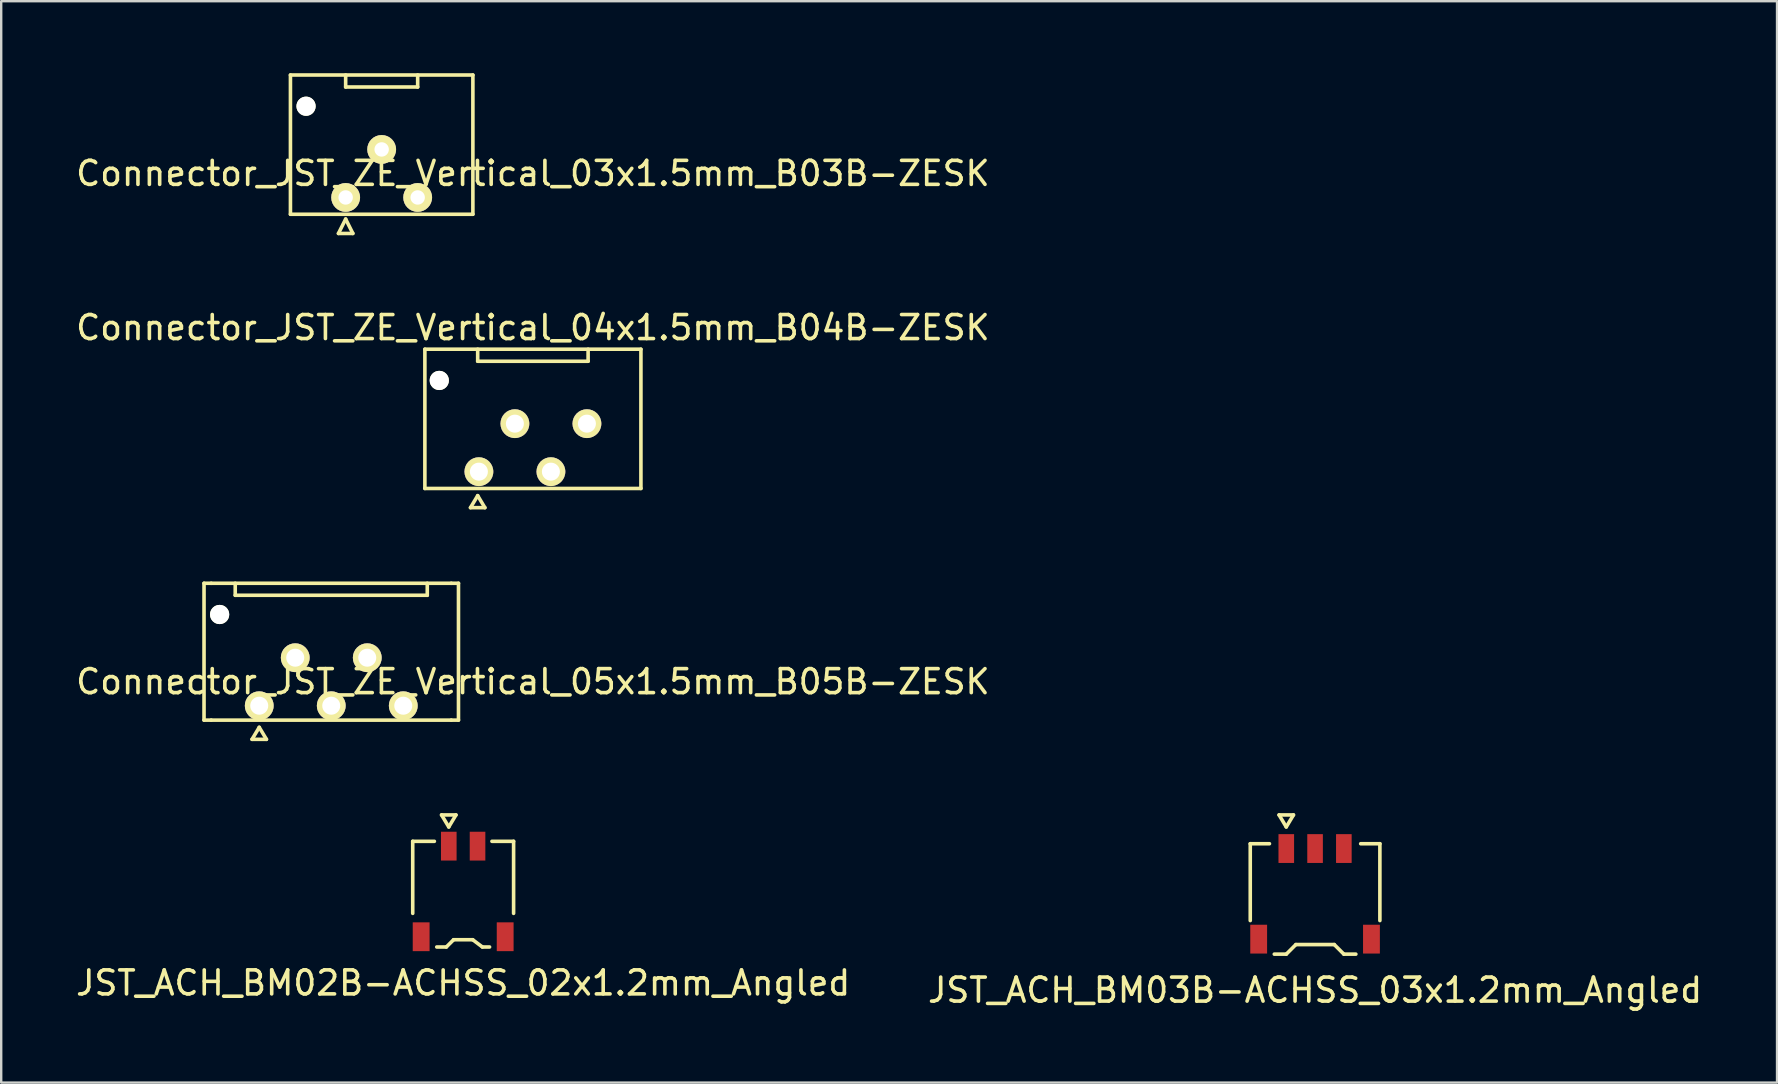
<source format=kicad_pcb>
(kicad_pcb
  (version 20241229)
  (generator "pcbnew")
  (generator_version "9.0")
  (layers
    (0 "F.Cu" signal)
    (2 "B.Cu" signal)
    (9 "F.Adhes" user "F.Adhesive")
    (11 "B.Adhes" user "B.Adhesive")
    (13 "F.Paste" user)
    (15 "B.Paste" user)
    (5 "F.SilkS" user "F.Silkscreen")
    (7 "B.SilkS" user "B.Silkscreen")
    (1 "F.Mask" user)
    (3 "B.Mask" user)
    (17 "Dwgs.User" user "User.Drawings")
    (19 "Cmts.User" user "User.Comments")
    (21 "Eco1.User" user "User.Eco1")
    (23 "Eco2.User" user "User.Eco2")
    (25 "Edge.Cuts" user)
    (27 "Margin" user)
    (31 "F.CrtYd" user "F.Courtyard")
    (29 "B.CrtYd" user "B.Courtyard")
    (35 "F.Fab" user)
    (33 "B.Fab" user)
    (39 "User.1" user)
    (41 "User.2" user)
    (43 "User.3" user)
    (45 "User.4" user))
  (footprint "JST_ACH_BM02B-ACHSS_02x1.2mm_Angled"
    (layer "F.Cu")
    (at 16.244 32.198)
    (property "Reference" "JST_ACH_BM02B-ACHSS_02x1.2mm_Angled" (at 0 5.7 0) (layer "F.SilkS") (effects (font (size 1 1) (thickness 0.15))))
    (attr smd)
    (fp_line (start -2.101 -0.201) (end -1.199 -0.201) (stroke (width 0.15) (type solid)) (layer "F.SilkS"))
    (fp_line (start -2.101 2.8) (end -2.101 -0.201) (stroke (width 0.15) (type solid)) (layer "F.SilkS"))
    (fp_line (start -0.9 -1.3) (end -0.6 -0.8) (stroke (width 0.15) (type solid)) (layer "F.SilkS"))
    (fp_line (start -0.701 4.201) (end -1.1 4.201) (stroke (width 0.15) (type solid)) (layer "F.SilkS"))
    (fp_line (start -0.6 -0.8) (end -0.3 -1.3) (stroke (width 0.15) (type solid)) (layer "F.SilkS"))
    (fp_line (start -0.399 3.899) (end -0.701 4.201) (stroke (width 0.15) (type solid)) (layer "F.SilkS"))
    (fp_line (start -0.3 -1.3) (end -0.9 -1.3) (stroke (width 0.15) (type solid)) (layer "F.SilkS"))
    (fp_line (start 0.399 3.899) (end -0.399 3.899) (stroke (width 0.15) (type solid)) (layer "F.SilkS"))
    (fp_line (start 0.8 4.201) (end 0.399 3.899) (stroke (width 0.15) (type solid)) (layer "F.SilkS"))
    (fp_line (start 1.1 4.201) (end 0.8 4.201) (stroke (width 0.15) (type solid)) (layer "F.SilkS"))
    (fp_line (start 1.199 -0.201) (end 2.101 -0.201) (stroke (width 0.15) (type solid)) (layer "F.SilkS"))
    (fp_line (start 2.101 2.8) (end 2.101 -0.201) (stroke (width 0.15) (type solid)) (layer "F.SilkS"))
    (pad "" smd rect (at -1.75 3.774) (size 0.701 1.2) (layers "F.Cu" "F.Mask" "F.Paste"))
    (pad "" smd rect (at 1.75 3.774) (size 0.701 1.2) (layers "F.Cu" "F.Mask" "F.Paste"))
    (pad "1" smd rect (at -0.599 0) (size 0.65 1.2) (layers "F.Cu" "F.Mask" "F.Paste"))
    (pad "2" smd rect (at 0.599 0) (size 0.65 1.2) (layers "F.Cu" "F.Mask" "F.Paste")))
  (footprint "Connector_JST_ZE_Vertical_05x1.5mm_B05B-ZESK"
    (layer "F.Cu")
    (at 10.749 25.348)
    (property "Reference" "Connector_JST_ZE_Vertical_05x1.5mm_B05B-ZESK" (at 8.4 0 0) (layer "F.SilkS") (effects (font (size 1 1) (thickness 0.15))))
    (attr through_hole)
    (fp_line (start -5.3 -4.1) (end -5.3 1.6) (stroke (width 0.15) (type solid)) (layer "F.SilkS"))
    (fp_line (start -5.3 1.6) (end -5 1.6) (stroke (width 0.15) (type solid)) (layer "F.SilkS"))
    (fp_line (start -5 -4.1) (end -5.3 -4.1) (stroke (width 0.15) (type solid)) (layer "F.SilkS"))
    (fp_line (start -5 1.6) (end 5 1.6) (stroke (width 0.15) (type solid)) (layer "F.SilkS"))
    (fp_line (start -4 -3.6) (end -4 -4.1) (stroke (width 0.15) (type solid)) (layer "F.SilkS"))
    (fp_line (start -3.3 2.4) (end -3 1.9) (stroke (width 0.15) (type solid)) (layer "F.SilkS"))
    (fp_line (start -3 1.9) (end -2.7 2.4) (stroke (width 0.15) (type solid)) (layer "F.SilkS"))
    (fp_line (start -2.7 2.4) (end -3.3 2.4) (stroke (width 0.15) (type solid)) (layer "F.SilkS"))
    (fp_line (start 4 -4.1) (end 4 -3.6) (stroke (width 0.15) (type solid)) (layer "F.SilkS"))
    (fp_line (start 4 -3.6) (end -4 -3.6) (stroke (width 0.15) (type solid)) (layer "F.SilkS"))
    (fp_line (start 5 -4.1) (end -5 -4.1) (stroke (width 0.15) (type solid)) (layer "F.SilkS"))
    (fp_line (start 5.3 -4.1) (end 5 -4.1) (stroke (width 0.15) (type solid)) (layer "F.SilkS"))
    (fp_line (start 5.3 -4.1) (end 5.3 1.6) (stroke (width 0.15) (type solid)) (layer "F.SilkS"))
    (fp_line (start 5.3 1.6) (end 5 1.6) (stroke (width 0.15) (type solid)) (layer "F.SilkS"))
    (pad "" np_thru_hole circle (at -4.65 -2.8) (size 0.8 0.8) (drill 0.8) (layers "*.Cu" "*.Mask" "F.SilkS"))
    (pad "1" thru_hole circle (at -3 1) (size 1.2 1.2) (drill 0.75) (layers "*.Cu" "*.Mask" "F.SilkS"))
    (pad "2" thru_hole circle (at -1.5 -1) (size 1.2 1.2) (drill 0.75) (layers "*.Cu" "*.Mask" "F.SilkS"))
    (pad "3" thru_hole circle (at 0 1) (size 1.2 1.2) (drill 0.75) (layers "*.Cu" "*.Mask" "F.SilkS"))
    (pad "4" thru_hole circle (at 1.5 -1) (size 1.2 1.2) (drill 0.75) (layers "*.Cu" "*.Mask" "F.SilkS"))
    (pad "5" thru_hole circle (at 3 1) (size 1.2 1.2) (drill 0.75) (layers "*.Cu" "*.Mask" "F.SilkS")))
  (footprint "Connector_JST_ZE_Vertical_03x1.5mm_B03B-ZESK"
    (layer "F.Cu")
    (at 12.849 4.175)
    (property "Reference" "Connector_JST_ZE_Vertical_03x1.5mm_B03B-ZESK" (at 6.3 0 0) (layer "F.SilkS") (effects (font (size 1 1) (thickness 0.15))))
    (attr through_hole)
    (fp_line (start -3.8 -4.1) (end -3.8 1.7) (stroke (width 0.15) (type solid)) (layer "F.SilkS"))
    (fp_line (start -1.8 2.5) (end -1.5 1.9) (stroke (width 0.15) (type solid)) (layer "F.SilkS"))
    (fp_line (start -1.5 -3.6) (end -1.5 -4.1) (stroke (width 0.15) (type solid)) (layer "F.SilkS"))
    (fp_line (start -1.5 1.9) (end -1.2 2.5) (stroke (width 0.15) (type solid)) (layer "F.SilkS"))
    (fp_line (start -1.2 2.5) (end -1.8 2.5) (stroke (width 0.15) (type solid)) (layer "F.SilkS"))
    (fp_line (start 1.5 -4.1) (end 1.5 -3.6) (stroke (width 0.15) (type solid)) (layer "F.SilkS"))
    (fp_line (start 1.5 -3.6) (end -1.5 -3.6) (stroke (width 0.15) (type solid)) (layer "F.SilkS"))
    (fp_line (start 3.8 -4.1) (end -3.8 -4.1) (stroke (width 0.15) (type solid)) (layer "F.SilkS"))
    (fp_line (start 3.8 1.7) (end -3.8 1.7) (stroke (width 0.15) (type solid)) (layer "F.SilkS"))
    (fp_line (start 3.8 1.7) (end 3.8 -4.1) (stroke (width 0.15) (type solid)) (layer "F.SilkS"))
    (pad "" np_thru_hole circle (at -3.15 -2.8) (size 0.8 0.8) (drill 0.8) (layers "*.Cu" "*.Mask" "F.SilkS"))
    (pad "1" thru_hole circle (at -1.5 1) (size 1.2 1.2) (drill 0.6) (layers "*.Cu" "*.Mask" "F.SilkS"))
    (pad "2" thru_hole circle (at 0 -1) (size 1.2 1.2) (drill 0.6) (layers "*.Cu" "*.Mask" "F.SilkS"))
    (pad "3" thru_hole circle (at 1.5 1) (size 1.2 1.2) (drill 0.6) (layers "*.Cu" "*.Mask" "F.SilkS")))
  (footprint "Connector_JST_ZE_Vertical_04x1.5mm_B04B-ZESK"
    (layer "F.Cu")
    (at 19.149 15.598)
    (property "Reference" "Connector_JST_ZE_Vertical_04x1.5mm_B04B-ZESK" (at 0 -5 0) (layer "F.SilkS") (effects (font (size 1 1) (thickness 0.15))))
    (attr through_hole)
    (fp_line (start -4.5 -4.1) (end -4.5 1.7) (stroke (width 0.15) (type solid)) (layer "F.SilkS"))
    (fp_line (start -4.5 1.7) (end 4.5 1.7) (stroke (width 0.15) (type solid)) (layer "F.SilkS"))
    (fp_line (start -2.6 2.5) (end -2.3 2) (stroke (width 0.15) (type solid)) (layer "F.SilkS"))
    (fp_line (start -2.3 -3.6) (end -2.3 -4.1) (stroke (width 0.15) (type solid)) (layer "F.SilkS"))
    (fp_line (start -2.3 2) (end -2 2.5) (stroke (width 0.15) (type solid)) (layer "F.SilkS"))
    (fp_line (start -2 2.5) (end -2.6 2.5) (stroke (width 0.15) (type solid)) (layer "F.SilkS"))
    (fp_line (start 2.3 -4.1) (end 2.3 -3.6) (stroke (width 0.15) (type solid)) (layer "F.SilkS"))
    (fp_line (start 2.3 -3.6) (end -2.3 -3.6) (stroke (width 0.15) (type solid)) (layer "F.SilkS"))
    (fp_line (start 4.5 -4.1) (end -4.5 -4.1) (stroke (width 0.15) (type solid)) (layer "F.SilkS"))
    (fp_line (start 4.5 1.7) (end 4.5 -4.1) (stroke (width 0.15) (type solid)) (layer "F.SilkS"))
    (pad "" np_thru_hole circle (at -3.9 -2.8) (size 0.8 0.8) (drill 0.8) (layers "*.Cu" "*.Mask" "F.SilkS"))
    (pad "1" thru_hole circle (at -2.25 1) (size 1.2 1.2) (drill 0.75) (layers "*.Cu" "*.Mask" "F.SilkS"))
    (pad "2" thru_hole circle (at -0.75 -1) (size 1.2 1.2) (drill 0.75) (layers "*.Cu" "*.Mask" "F.SilkS"))
    (pad "3" thru_hole circle (at 0.75 1) (size 1.2 1.2) (drill 0.75) (layers "*.Cu" "*.Mask" "F.SilkS"))
    (pad "4" thru_hole circle (at 2.25 -1) (size 1.2 1.2) (drill 0.75) (layers "*.Cu" "*.Mask" "F.SilkS")))
  (footprint "JST_ACH_BM03B-ACHSS_03x1.2mm_Angled"
    (layer "F.Cu")
    (at 51.732 32.298)
    (property "Reference" "JST_ACH_BM03B-ACHSS_03x1.2mm_Angled" (at 0 5.9 180) (layer "F.SilkS") (effects (font (size 1 1) (thickness 0.15))))
    (attr smd)
    (fp_line (start -2.7 -0.201) (end -1.9 -0.201) (stroke (width 0.15) (type solid)) (layer "F.SilkS"))
    (fp_line (start -2.7 3) (end -2.7 -0.201) (stroke (width 0.15) (type solid)) (layer "F.SilkS"))
    (fp_line (start -1.699 4.399) (end -1.199 4.399) (stroke (width 0.15) (type solid)) (layer "F.SilkS"))
    (fp_line (start -1.5 -1.4) (end -1.2 -0.9) (stroke (width 0.15) (type solid)) (layer "F.SilkS"))
    (fp_line (start -1.2 -0.9) (end -0.9 -1.4) (stroke (width 0.15) (type solid)) (layer "F.SilkS"))
    (fp_line (start -1.199 4.399) (end -0.8 4) (stroke (width 0.15) (type solid)) (layer "F.SilkS"))
    (fp_line (start -0.9 -1.4) (end -1.5 -1.4) (stroke (width 0.15) (type solid)) (layer "F.SilkS"))
    (fp_line (start -0.8 4) (end 0.8 4) (stroke (width 0.15) (type solid)) (layer "F.SilkS"))
    (fp_line (start 0.8 4) (end 1.199 4.399) (stroke (width 0.15) (type solid)) (layer "F.SilkS"))
    (fp_line (start 1.699 4.399) (end 1.199 4.399) (stroke (width 0.15) (type solid)) (layer "F.SilkS"))
    (fp_line (start 2.7 -0.201) (end 1.9 -0.201) (stroke (width 0.15) (type solid)) (layer "F.SilkS"))
    (fp_line (start 2.7 3) (end 2.7 -0.201) (stroke (width 0.15) (type solid)) (layer "F.SilkS"))
    (pad "1" smd rect (at -1.199 0) (size 0.65 1.2) (layers "F.Cu" "F.Mask" "F.Paste"))
    (pad "2" smd rect (at 0 0) (size 0.65 1.2) (layers "F.Cu" "F.Mask" "F.Paste"))
    (pad "3" smd rect (at 1.199 0) (size 0.65 1.2) (layers "F.Cu" "F.Mask" "F.Paste"))
    (pad "4" smd rect (at -2.349 3.774) (size 0.701 1.2) (layers "F.Cu" "F.Mask" "F.Paste"))
    (pad "5" smd rect (at 2.349 3.774) (size 0.701 1.2) (layers "F.Cu" "F.Mask" "F.Paste")))
  (gr_rect
    (start -3 -3)
    (end 70.976 42.047)
    (stroke (width 0.1) (type default))
    (fill no)
    (layer "Edge.Cuts")))
</source>
